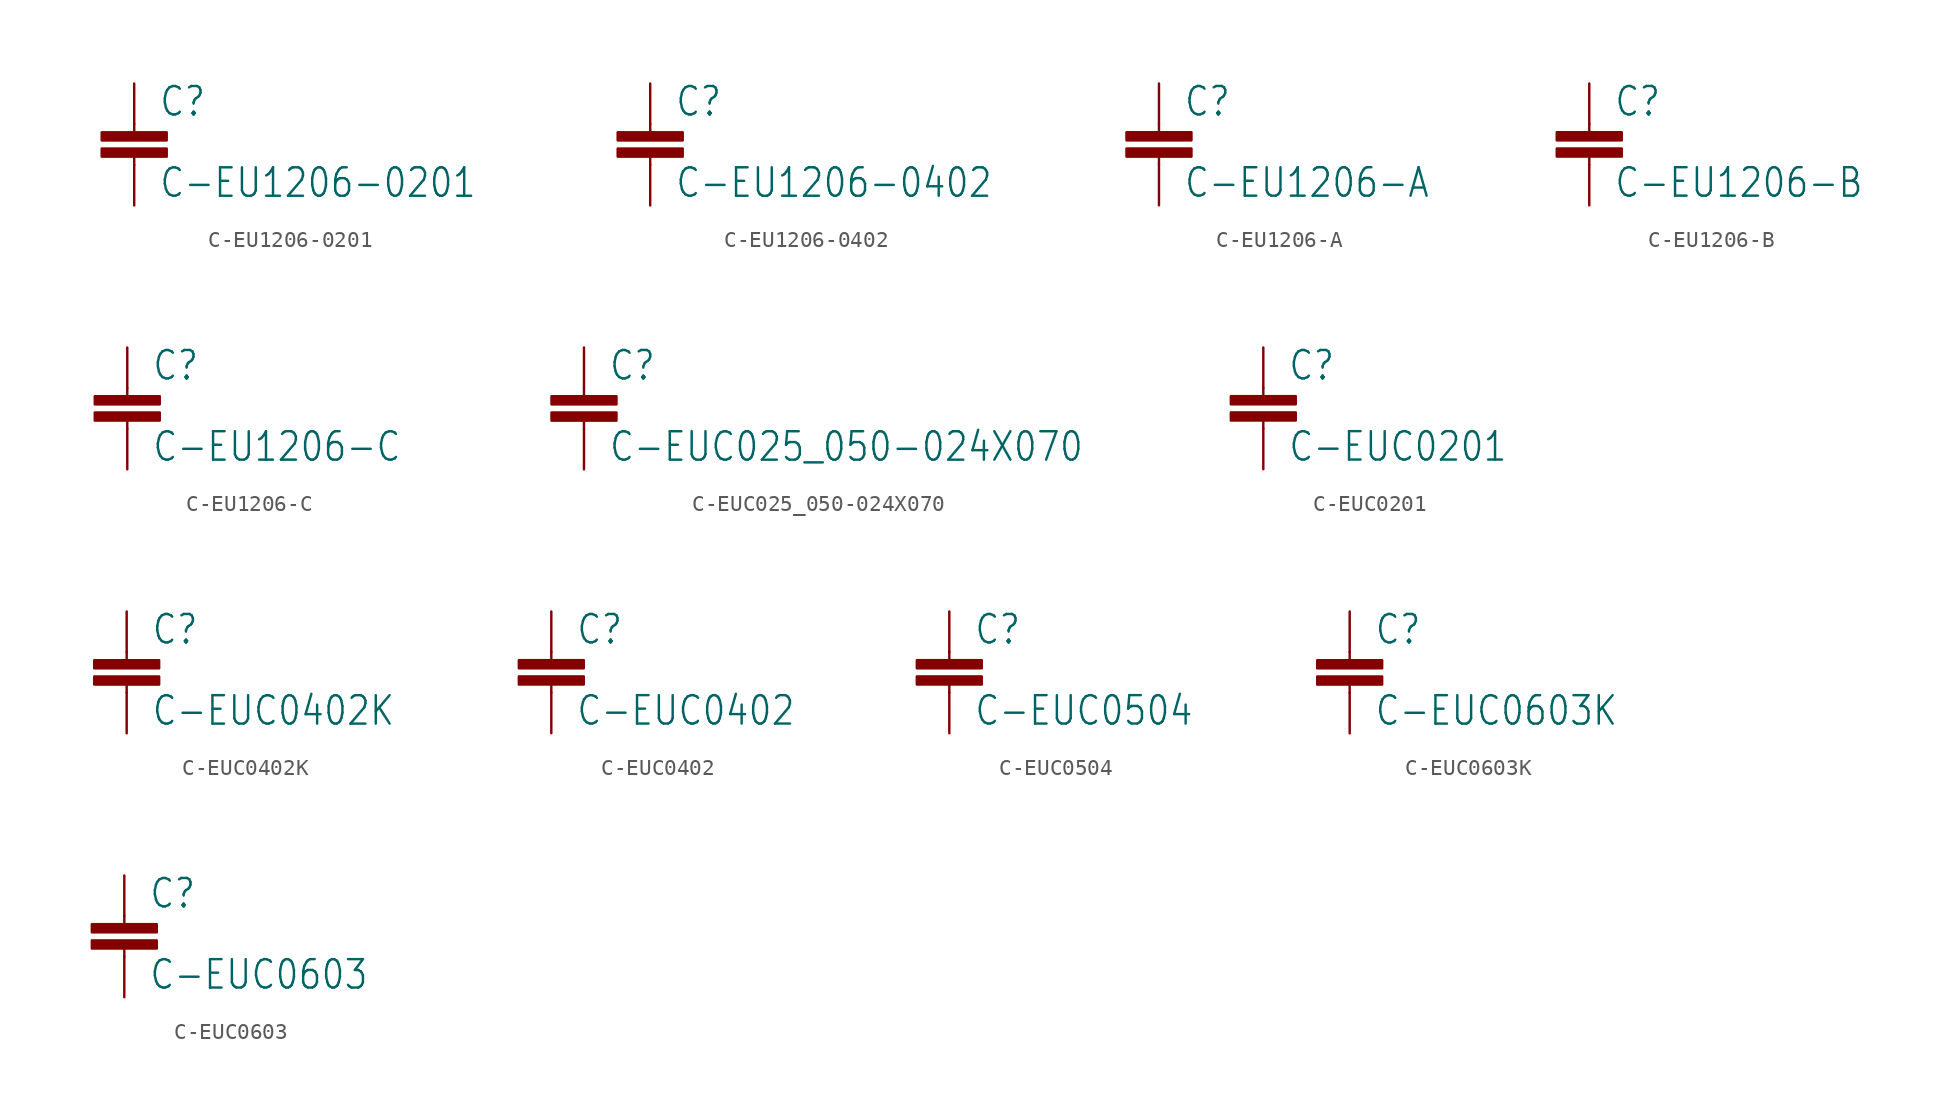
<source format=kicad_sym>
(kicad_symbol_lib
  (version 20201005)
  (generator kicad_symbol_editor)
  (symbol "pirt:C-EU1206-0201"
    (property "Reference" "C"
      (at 1.524 0.381 0)
      (effects (font (size 1.778 1.511)) (justify left bottom)))
    (property "Value" "C-EU1206-0201"
      (at 1.524 -4.699 0)
      (effects (font (size 1.778 1.511)) (justify left bottom)))
    (property "ki_locked" ""
      (at 0 0 0)
      (effects (font (size 1.27 1.27))))
    (symbol "C-EU1206-0201_1_0"
      (rectangle (start -2.032 -2.032) (end 2.032 -1.524) (stroke (width 0)) (fill (type outline)))
      (rectangle (start -2.032 -1.016) (end 2.032 -0.508) (stroke (width 0)) (fill (type outline)))
      (polyline (pts (xy 0 -2.54) (xy 0 -2.032)) (stroke (width 0.152)) (fill (type none)))
      (polyline (pts (xy 0 0) (xy 0 -0.508)) (stroke (width 0.152)) (fill (type none)))
      (pin passive line (at 0 2.54 270) (length 2.54) (name "1" (effects (font (size 0 0)))) (number "1" (effects (font (size 0 0)))))
      (pin passive line (at 0 -5.08 90) (length 2.54) (name "2" (effects (font (size 0 0)))) (number "2" (effects (font (size 0 0)))))))
  (symbol "pirt:C-EU1206-0402"
    (property "Reference" "C"
      (at 1.524 0.381 0)
      (effects (font (size 1.778 1.511)) (justify left bottom)))
    (property "Value" "C-EU1206-0402"
      (at 1.524 -4.699 0)
      (effects (font (size 1.778 1.511)) (justify left bottom)))
    (property "ki_locked" ""
      (at 0 0 0)
      (effects (font (size 1.27 1.27))))
    (symbol "C-EU1206-0402_1_0"
      (rectangle (start -2.032 -2.032) (end 2.032 -1.524) (stroke (width 0)) (fill (type outline)))
      (rectangle (start -2.032 -1.016) (end 2.032 -0.508) (stroke (width 0)) (fill (type outline)))
      (polyline (pts (xy 0 -2.54) (xy 0 -2.032)) (stroke (width 0.152)) (fill (type none)))
      (polyline (pts (xy 0 0) (xy 0 -0.508)) (stroke (width 0.152)) (fill (type none)))
      (pin passive line (at 0 2.54 270) (length 2.54) (name "1" (effects (font (size 0 0)))) (number "1" (effects (font (size 0 0)))))
      (pin passive line (at 0 -5.08 90) (length 2.54) (name "2" (effects (font (size 0 0)))) (number "2" (effects (font (size 0 0)))))))
  (symbol "pirt:C-EU1206-A"
    (property "Reference" "C"
      (at 1.524 0.381 0)
      (effects (font (size 1.778 1.511)) (justify left bottom)))
    (property "Value" "C-EU1206-A"
      (at 1.524 -4.699 0)
      (effects (font (size 1.778 1.511)) (justify left bottom)))
    (property "ki_locked" ""
      (at 0 0 0)
      (effects (font (size 1.27 1.27))))
    (symbol "C-EU1206-A_1_0"
      (rectangle (start -2.032 -2.032) (end 2.032 -1.524) (stroke (width 0)) (fill (type outline)))
      (rectangle (start -2.032 -1.016) (end 2.032 -0.508) (stroke (width 0)) (fill (type outline)))
      (polyline (pts (xy 0 -2.54) (xy 0 -2.032)) (stroke (width 0.152)) (fill (type none)))
      (polyline (pts (xy 0 0) (xy 0 -0.508)) (stroke (width 0.152)) (fill (type none)))
      (pin passive line (at 0 2.54 270) (length 2.54) (name "1" (effects (font (size 0 0)))) (number "1" (effects (font (size 0 0)))))
      (pin passive line (at 0 -5.08 90) (length 2.54) (name "2" (effects (font (size 0 0)))) (number "2" (effects (font (size 0 0)))))))
  (symbol "pirt:C-EU1206-B"
    (property "Reference" "C"
      (at 1.524 0.381 0)
      (effects (font (size 1.778 1.511)) (justify left bottom)))
    (property "Value" "C-EU1206-B"
      (at 1.524 -4.699 0)
      (effects (font (size 1.778 1.511)) (justify left bottom)))
    (property "ki_locked" ""
      (at 0 0 0)
      (effects (font (size 1.27 1.27))))
    (symbol "C-EU1206-B_1_0"
      (rectangle (start -2.032 -2.032) (end 2.032 -1.524) (stroke (width 0)) (fill (type outline)))
      (rectangle (start -2.032 -1.016) (end 2.032 -0.508) (stroke (width 0)) (fill (type outline)))
      (polyline (pts (xy 0 -2.54) (xy 0 -2.032)) (stroke (width 0.152)) (fill (type none)))
      (polyline (pts (xy 0 0) (xy 0 -0.508)) (stroke (width 0.152)) (fill (type none)))
      (pin passive line (at 0 2.54 270) (length 2.54) (name "1" (effects (font (size 0 0)))) (number "1" (effects (font (size 0 0)))))
      (pin passive line (at 0 -5.08 90) (length 2.54) (name "2" (effects (font (size 0 0)))) (number "2" (effects (font (size 0 0)))))))
  (symbol "pirt:C-EU1206-C"
    (property "Reference" "C"
      (at 1.524 0.381 0)
      (effects (font (size 1.778 1.511)) (justify left bottom)))
    (property "Value" "C-EU1206-C"
      (at 1.524 -4.699 0)
      (effects (font (size 1.778 1.511)) (justify left bottom)))
    (property "ki_locked" ""
      (at 0 0 0)
      (effects (font (size 1.27 1.27))))
    (symbol "C-EU1206-C_1_0"
      (rectangle (start -2.032 -2.032) (end 2.032 -1.524) (stroke (width 0)) (fill (type outline)))
      (rectangle (start -2.032 -1.016) (end 2.032 -0.508) (stroke (width 0)) (fill (type outline)))
      (polyline (pts (xy 0 -2.54) (xy 0 -2.032)) (stroke (width 0.152)) (fill (type none)))
      (polyline (pts (xy 0 0) (xy 0 -0.508)) (stroke (width 0.152)) (fill (type none)))
      (pin passive line (at 0 2.54 270) (length 2.54) (name "1" (effects (font (size 0 0)))) (number "1" (effects (font (size 0 0)))))
      (pin passive line (at 0 -5.08 90) (length 2.54) (name "2" (effects (font (size 0 0)))) (number "2" (effects (font (size 0 0)))))))
  (symbol "pirt:C-EUC025_050-024X070"
    (property "Reference" "C"
      (at 1.524 0.381 0)
      (effects (font (size 1.778 1.511)) (justify left bottom)))
    (property "Value" "C-EUC025_050-024X070"
      (at 1.524 -4.699 0)
      (effects (font (size 1.778 1.511)) (justify left bottom)))
    (property "ki_locked" ""
      (at 0 0 0)
      (effects (font (size 1.27 1.27))))
    (symbol "C-EUC025_050-024X070_1_0"
      (rectangle (start -2.032 -2.032) (end 2.032 -1.524) (stroke (width 0)) (fill (type outline)))
      (rectangle (start -2.032 -1.016) (end 2.032 -0.508) (stroke (width 0)) (fill (type outline)))
      (polyline (pts (xy 0 -2.54) (xy 0 -2.032)) (stroke (width 0.152)) (fill (type none)))
      (polyline (pts (xy 0 0) (xy 0 -0.508)) (stroke (width 0.152)) (fill (type none)))
      (pin passive line (at 0 2.54 270) (length 2.54) (name "1" (effects (font (size 0 0)))) (number "1" (effects (font (size 0 0)))))
      (pin passive line (at 0 -5.08 90) (length 2.54) (name "2" (effects (font (size 0 0)))) (number "2" (effects (font (size 0 0)))))))
  (symbol "pirt:C-EUC0201"
    (property "Reference" "C"
      (at 1.524 0.381 0)
      (effects (font (size 1.778 1.511)) (justify left bottom)))
    (property "Value" "C-EUC0201"
      (at 1.524 -4.699 0)
      (effects (font (size 1.778 1.511)) (justify left bottom)))
    (property "ki_locked" ""
      (at 0 0 0)
      (effects (font (size 1.27 1.27))))
    (symbol "C-EUC0201_1_0"
      (rectangle (start -2.032 -2.032) (end 2.032 -1.524) (stroke (width 0)) (fill (type outline)))
      (rectangle (start -2.032 -1.016) (end 2.032 -0.508) (stroke (width 0)) (fill (type outline)))
      (polyline (pts (xy 0 -2.54) (xy 0 -2.032)) (stroke (width 0.152)) (fill (type none)))
      (polyline (pts (xy 0 0) (xy 0 -0.508)) (stroke (width 0.152)) (fill (type none)))
      (pin passive line (at 0 2.54 270) (length 2.54) (name "1" (effects (font (size 0 0)))) (number "1" (effects (font (size 0 0)))))
      (pin passive line (at 0 -5.08 90) (length 2.54) (name "2" (effects (font (size 0 0)))) (number "2" (effects (font (size 0 0)))))))
  (symbol "pirt:C-EUC0402K"
    (property "Reference" "C"
      (at 1.524 0.381 0)
      (effects (font (size 1.778 1.511)) (justify left bottom)))
    (property "Value" "C-EUC0402K"
      (at 1.524 -4.699 0)
      (effects (font (size 1.778 1.511)) (justify left bottom)))
    (property "ki_locked" ""
      (at 0 0 0)
      (effects (font (size 1.27 1.27))))
    (symbol "C-EUC0402K_1_0"
      (rectangle (start -2.032 -2.032) (end 2.032 -1.524) (stroke (width 0)) (fill (type outline)))
      (rectangle (start -2.032 -1.016) (end 2.032 -0.508) (stroke (width 0)) (fill (type outline)))
      (polyline (pts (xy 0 -2.54) (xy 0 -2.032)) (stroke (width 0.152)) (fill (type none)))
      (polyline (pts (xy 0 0) (xy 0 -0.508)) (stroke (width 0.152)) (fill (type none)))
      (pin passive line (at 0 2.54 270) (length 2.54) (name "1" (effects (font (size 0 0)))) (number "1" (effects (font (size 0 0)))))
      (pin passive line (at 0 -5.08 90) (length 2.54) (name "2" (effects (font (size 0 0)))) (number "2" (effects (font (size 0 0)))))))
  (symbol "pirt:C-EUC0402"
    (property "Reference" "C"
      (at 1.524 0.381 0)
      (effects (font (size 1.778 1.511)) (justify left bottom)))
    (property "Value" "C-EUC0402"
      (at 1.524 -4.699 0)
      (effects (font (size 1.778 1.511)) (justify left bottom)))
    (property "ki_locked" ""
      (at 0 0 0)
      (effects (font (size 1.27 1.27))))
    (symbol "C-EUC0402_1_0"
      (rectangle (start -2.032 -2.032) (end 2.032 -1.524) (stroke (width 0)) (fill (type outline)))
      (rectangle (start -2.032 -1.016) (end 2.032 -0.508) (stroke (width 0)) (fill (type outline)))
      (polyline (pts (xy 0 -2.54) (xy 0 -2.032)) (stroke (width 0.152)) (fill (type none)))
      (polyline (pts (xy 0 0) (xy 0 -0.508)) (stroke (width 0.152)) (fill (type none)))
      (pin passive line (at 0 2.54 270) (length 2.54) (name "1" (effects (font (size 0 0)))) (number "1" (effects (font (size 0 0)))))
      (pin passive line (at 0 -5.08 90) (length 2.54) (name "2" (effects (font (size 0 0)))) (number "2" (effects (font (size 0 0)))))))
  (symbol "pirt:C-EUC0504"
    (property "Reference" "C"
      (at 1.524 0.381 0)
      (effects (font (size 1.778 1.511)) (justify left bottom)))
    (property "Value" "C-EUC0504"
      (at 1.524 -4.699 0)
      (effects (font (size 1.778 1.511)) (justify left bottom)))
    (property "ki_locked" ""
      (at 0 0 0)
      (effects (font (size 1.27 1.27))))
    (symbol "C-EUC0504_1_0"
      (rectangle (start -2.032 -2.032) (end 2.032 -1.524) (stroke (width 0)) (fill (type outline)))
      (rectangle (start -2.032 -1.016) (end 2.032 -0.508) (stroke (width 0)) (fill (type outline)))
      (polyline (pts (xy 0 -2.54) (xy 0 -2.032)) (stroke (width 0.152)) (fill (type none)))
      (polyline (pts (xy 0 0) (xy 0 -0.508)) (stroke (width 0.152)) (fill (type none)))
      (pin passive line (at 0 2.54 270) (length 2.54) (name "1" (effects (font (size 0 0)))) (number "1" (effects (font (size 0 0)))))
      (pin passive line (at 0 -5.08 90) (length 2.54) (name "2" (effects (font (size 0 0)))) (number "2" (effects (font (size 0 0)))))))
  (symbol "pirt:C-EUC0603K"
    (property "Reference" "C"
      (at 1.524 0.381 0)
      (effects (font (size 1.778 1.511)) (justify left bottom)))
    (property "Value" "C-EUC0603K"
      (at 1.524 -4.699 0)
      (effects (font (size 1.778 1.511)) (justify left bottom)))
    (property "ki_locked" ""
      (at 0 0 0)
      (effects (font (size 1.27 1.27))))
    (symbol "C-EUC0603K_1_0"
      (rectangle (start -2.032 -2.032) (end 2.032 -1.524) (stroke (width 0)) (fill (type outline)))
      (rectangle (start -2.032 -1.016) (end 2.032 -0.508) (stroke (width 0)) (fill (type outline)))
      (polyline (pts (xy 0 -2.54) (xy 0 -2.032)) (stroke (width 0.152)) (fill (type none)))
      (polyline (pts (xy 0 0) (xy 0 -0.508)) (stroke (width 0.152)) (fill (type none)))
      (pin passive line (at 0 2.54 270) (length 2.54) (name "1" (effects (font (size 0 0)))) (number "1" (effects (font (size 0 0)))))
      (pin passive line (at 0 -5.08 90) (length 2.54) (name "2" (effects (font (size 0 0)))) (number "2" (effects (font (size 0 0)))))))
  (symbol "pirt:C-EUC0603"
    (property "Reference" "C"
      (at 1.524 0.381 0)
      (effects (font (size 1.778 1.511)) (justify left bottom)))
    (property "Value" "C-EUC0603"
      (at 1.524 -4.699 0)
      (effects (font (size 1.778 1.511)) (justify left bottom)))
    (property "ki_locked" ""
      (at 0 0 0)
      (effects (font (size 1.27 1.27))))
    (symbol "C-EUC0603_1_0"
      (rectangle (start -2.032 -2.032) (end 2.032 -1.524) (stroke (width 0)) (fill (type outline)))
      (rectangle (start -2.032 -1.016) (end 2.032 -0.508) (stroke (width 0)) (fill (type outline)))
      (polyline (pts (xy 0 -2.54) (xy 0 -2.032)) (stroke (width 0.152)) (fill (type none)))
      (polyline (pts (xy 0 0) (xy 0 -0.508)) (stroke (width 0.152)) (fill (type none)))
      (pin passive line (at 0 2.54 270) (length 2.54) (name "1" (effects (font (size 0 0)))) (number "1" (effects (font (size 0 0)))))
      (pin passive line (at 0 -5.08 90) (length 2.54) (name "2" (effects (font (size 0 0)))) (number "2" (effects (font (size 0 0))))))))
</source>
